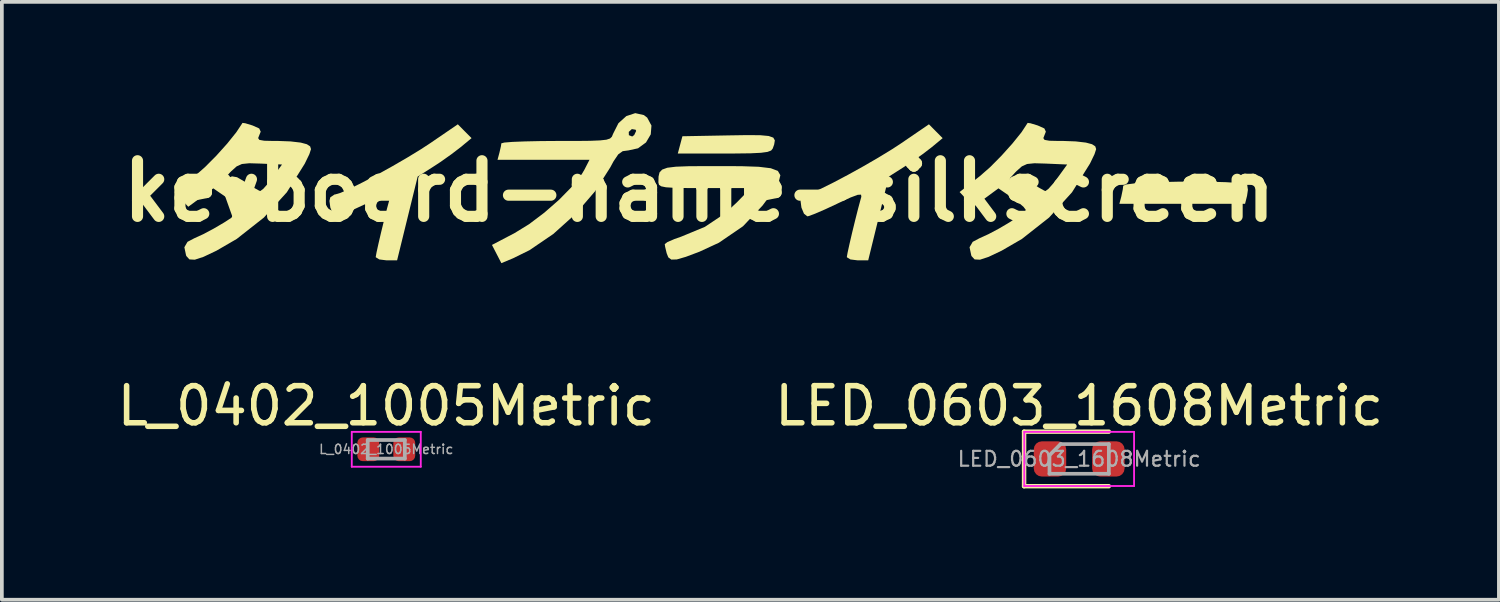
<source format=kicad_pcb>
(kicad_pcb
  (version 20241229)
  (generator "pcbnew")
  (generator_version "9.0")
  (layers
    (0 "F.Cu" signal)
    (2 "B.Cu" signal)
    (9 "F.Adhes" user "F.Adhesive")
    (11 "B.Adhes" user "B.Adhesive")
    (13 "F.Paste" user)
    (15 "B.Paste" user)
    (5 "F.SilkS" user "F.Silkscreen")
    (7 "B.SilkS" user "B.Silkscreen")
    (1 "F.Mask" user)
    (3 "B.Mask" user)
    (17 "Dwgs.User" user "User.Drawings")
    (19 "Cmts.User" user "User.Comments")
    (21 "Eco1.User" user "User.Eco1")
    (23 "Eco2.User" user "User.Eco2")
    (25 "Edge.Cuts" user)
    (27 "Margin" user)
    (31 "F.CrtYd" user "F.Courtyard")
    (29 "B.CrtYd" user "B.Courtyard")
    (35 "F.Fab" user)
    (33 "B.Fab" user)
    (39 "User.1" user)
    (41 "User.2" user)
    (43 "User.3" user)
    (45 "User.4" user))
  (footprint "LED_0603_1608Metric"
    (layer "F.Cu")
    (at 26.042 9.322)
    (property "Reference" "LED_0603_1608Metric" (at 0 -1.43 0) (layer "F.SilkS") (effects (font (size 1 1) (thickness 0.15))))
    (attr smd)
    (fp_line (start -1.485 -0.735) (end -1.485 0.735) (stroke (width 0.12) (type solid)) (layer "F.SilkS"))
    (fp_line (start -1.485 0.735) (end 0.8 0.735) (stroke (width 0.12) (type solid)) (layer "F.SilkS"))
    (fp_line (start 0.8 -0.735) (end -1.485 -0.735) (stroke (width 0.12) (type solid)) (layer "F.SilkS"))
    (fp_line (start -1.48 -0.73) (end 1.48 -0.73) (stroke (width 0.05) (type solid)) (layer "F.CrtYd"))
    (fp_line (start -1.48 0.73) (end -1.48 -0.73) (stroke (width 0.05) (type solid)) (layer "F.CrtYd"))
    (fp_line (start 1.48 -0.73) (end 1.48 0.73) (stroke (width 0.05) (type solid)) (layer "F.CrtYd"))
    (fp_line (start 1.48 0.73) (end -1.48 0.73) (stroke (width 0.05) (type solid)) (layer "F.CrtYd"))
    (fp_line (start -0.8 -0.1) (end -0.8 0.4) (stroke (width 0.1) (type solid)) (layer "F.Fab"))
    (fp_line (start -0.8 0.4) (end 0.8 0.4) (stroke (width 0.1) (type solid)) (layer "F.Fab"))
    (fp_line (start -0.5 -0.4) (end -0.8 -0.1) (stroke (width 0.1) (type solid)) (layer "F.Fab"))
    (fp_line (start 0.8 -0.4) (end -0.5 -0.4) (stroke (width 0.1) (type solid)) (layer "F.Fab"))
    (fp_line (start 0.8 0.4) (end 0.8 -0.4) (stroke (width 0.1) (type solid)) (layer "F.Fab"))
    (fp_text user "${REFERENCE}" (at 0 0 0) (layer "F.Fab") (effects (font (size 0.4 0.4) (thickness 0.06))))
    (pad "1" smd roundrect (at -0.787 0) (size 0.875 0.95) (layers "F.Cu" "F.Mask" "F.Paste") (roundrect_rratio 0.25))
    (pad "2" smd roundrect (at 0.787 0) (size 0.875 0.95) (layers "F.Cu" "F.Mask" "F.Paste") (roundrect_rratio 0.25)))
  (footprint "keyboard-name-silkscreen"
    (layer "F.Cu")
    (at 15.8 2.105)
    (property "Reference" "keyboard-name-silkscreen" (at 0 0 0) (layer "F.SilkS") (effects (font (size 1.5 1.5) (thickness 0.3))))
    (attr board_only exclude_from_pos_files exclude_from_bom)
    (fp_poly (pts (xy 1.644 -1.51) (xy 1.872 -1.489) (xy 1.996 -1.445) (xy 2.038 -1.371) (xy 2.02 -1.26) (xy 1.981 -1.15) (xy 1.938 -1.097) (xy 1.84 -1.06) (xy 1.663 -1.036) (xy 1.38 -1.022) (xy 0.967 -1.017) (xy 0.676 -1.016) (xy -0.578 -1.016) (xy -0.516 -1.249) (xy -0.454 -1.482) (xy 0.789 -1.505) (xy 1.29 -1.513)) (stroke (width 0) (type solid)) (fill yes) (layer "F.SilkS"))
    (fp_poly (pts (xy 13.8 -0.255) (xy 14.194 -0.244) (xy 14.508 -0.225) (xy 14.711 -0.198) (xy 14.772 -0.173) (xy 14.791 -0.037) (xy 14.768 0.123) (xy 14.714 0.339) (xy 13.02 0.339) (xy 11.326 0.339) (xy 11.377 0.148) (xy 11.418 -0.049) (xy 11.429 -0.148) (xy 11.509 -0.182) (xy 11.727 -0.21) (xy 12.052 -0.232) (xy 12.453 -0.247) (xy 12.898 -0.257) (xy 13.358 -0.259)) (stroke (width 0) (type solid)) (fill yes) (layer "F.SilkS"))
    (fp_poly (pts (xy 1.134 -0.675) (xy 1.604 -0.659) (xy 1.928 -0.62) (xy 2.119 -0.548) (xy 2.187 -0.431) (xy 2.145 -0.26) (xy 2.006 -0.024) (xy 1.779 0.289) (xy 1.705 0.388) (xy 1.18 0.944) (xy 0.531 1.388) (xy 0.005 1.631) (xy -0.362 1.769) (xy -0.605 1.839) (xy -0.752 1.843) (xy -0.834 1.783) (xy -0.878 1.672) (xy -0.919 1.5) (xy -0.93 1.425) (xy -0.857 1.37) (xy -0.668 1.289) (xy -0.487 1.225) (xy 0.153 0.96) (xy 0.695 0.597) (xy 1.012 0.303) (xy 1.39 -0.085) (xy 0.145 -0.085) (xy -0.338 -0.086) (xy -0.678 -0.092) (xy -0.898 -0.106) (xy -1.025 -0.132) (xy -1.084 -0.172) (xy -1.1 -0.23) (xy -1.101 -0.247) (xy -1.097 -0.396) (xy -1.071 -0.507) (xy -0.999 -0.583) (xy -0.861 -0.633) (xy -0.632 -0.661) (xy -0.291 -0.674) (xy 0.184 -0.677) (xy 0.507 -0.677)) (stroke (width 0) (type solid)) (fill yes) (layer "F.SilkS"))
    (fp_poly (pts (xy -6.323 -1.617) (xy -6.138 -1.431) (xy -6.435 -1.185) (xy -6.681 -0.997) (xy -6.985 -0.782) (xy -7.161 -0.667) (xy -7.591 -0.393) (xy -7.868 0.735) (xy -8.145 1.863) (xy -8.433 1.863) (xy -8.625 1.839) (xy -8.719 1.781) (xy -8.721 1.771) (xy -8.701 1.657) (xy -8.65 1.425) (xy -8.579 1.119) (xy -8.497 0.784) (xy -8.417 0.467) (xy -8.348 0.212) (xy -8.33 0.149) (xy -8.338 0.092) (xy -8.428 0.097) (xy -8.621 0.169) (xy -8.938 0.316) (xy -8.986 0.339) (xy -9.305 0.488) (xy -9.573 0.604) (xy -9.747 0.669) (xy -9.787 0.677) (xy -9.877 0.605) (xy -9.945 0.441) (xy -9.969 0.261) (xy -9.946 0.165) (xy -9.83 0.087) (xy -9.808 0.085) (xy -9.668 0.043) (xy -9.414 -0.07) (xy -9.076 -0.238) (xy -8.685 -0.445) (xy -8.272 -0.674) (xy -7.867 -0.909) (xy -7.5 -1.133) (xy -7.254 -1.294) (xy -6.508 -1.804)) (stroke (width 0) (type solid)) (fill yes) (layer "F.SilkS"))
    (fp_poly (pts (xy 6.377 -1.617) (xy 6.562 -1.431) (xy 6.265 -1.185) (xy 6.019 -0.997) (xy 5.715 -0.782) (xy 5.539 -0.667) (xy 5.109 -0.393) (xy 4.832 0.735) (xy 4.555 1.863) (xy 4.267 1.863) (xy 4.075 1.839) (xy 3.981 1.781) (xy 3.979 1.771) (xy 3.999 1.657) (xy 4.05 1.425) (xy 4.121 1.119) (xy 4.203 0.784) (xy 4.283 0.467) (xy 4.352 0.212) (xy 4.37 0.149) (xy 4.362 0.092) (xy 4.272 0.097) (xy 4.079 0.169) (xy 3.762 0.316) (xy 3.714 0.339) (xy 3.395 0.488) (xy 3.127 0.604) (xy 2.953 0.669) (xy 2.913 0.677) (xy 2.823 0.605) (xy 2.755 0.441) (xy 2.731 0.261) (xy 2.754 0.165) (xy 2.87 0.087) (xy 2.892 0.085) (xy 3.032 0.043) (xy 3.286 -0.07) (xy 3.624 -0.238) (xy 4.015 -0.445) (xy 4.428 -0.674) (xy 4.833 -0.909) (xy 5.2 -1.133) (xy 5.446 -1.294) (xy 6.192 -1.804)) (stroke (width 0) (type solid)) (fill yes) (layer "F.SilkS"))
    (fp_poly (pts (xy -1.493 -2.053) (xy -1.403 -1.984) (xy -1.288 -1.77) (xy -1.307 -1.533) (xy -1.435 -1.315) (xy -1.65 -1.157) (xy -1.91 -1.1) (xy -2.062 -1.08) (xy -2.183 -0.994) (xy -2.309 -0.808) (xy -2.397 -0.645) (xy -2.807 0.000098) (xy -3.333 0.612) (xy -3.935 1.153) (xy -4.575 1.589) (xy -5.017 1.807) (xy -5.334 1.939) (xy -5.461 1.694) (xy -5.588 1.448) (xy -4.974 1.126) (xy -4.587 0.888) (xy -4.175 0.577) (xy -3.776 0.228) (xy -3.431 -0.124) (xy -3.176 -0.445) (xy -3.1 -0.572) (xy -2.959 -0.847) (xy -4.199 -0.847) (xy -5.438 -0.847) (xy -5.387 -1.037) (xy -5.346 -1.213) (xy -5.335 -1.291) (xy -5.255 -1.312) (xy -5.032 -1.33) (xy -4.694 -1.343) (xy -4.269 -1.352) (xy -3.858 -1.355) (xy -3.326 -1.355) (xy -2.939 -1.359) (xy -2.673 -1.37) (xy -2.503 -1.389) (xy -2.405 -1.421) (xy -2.355 -1.469) (xy -2.328 -1.535) (xy -2.324 -1.545) (xy -2.297 -1.599) (xy -1.9 -1.599) (xy -1.897 -1.511) (xy -1.807 -1.475) (xy -1.753 -1.515) (xy -1.701 -1.624) (xy -1.715 -1.658) (xy -1.817 -1.675) (xy -1.9 -1.599) (xy -2.297 -1.599) (xy -2.179 -1.833) (xy -1.966 -2.025) (xy -1.725 -2.105)) (stroke (width 0) (type solid)) (fill yes) (layer "F.SilkS"))
    (fp_poly (pts (xy -12.237 -1.832) (xy -12.062 -1.779) (xy -12.038 -1.771) (xy -11.862 -1.692) (xy -11.822 -1.605) (xy -11.858 -1.516) (xy -11.891 -1.432) (xy -11.858 -1.384) (xy -11.727 -1.361) (xy -11.47 -1.355) (xy -11.343 -1.355) (xy -11.018 -1.343) (xy -10.743 -1.311) (xy -10.578 -1.267) (xy -10.578 -1.267) (xy -10.49 -1.21) (xy -10.466 -1.135) (xy -10.51 -0.999) (xy -10.627 -0.758) (xy -10.637 -0.738) (xy -11.118 0.029) (xy -11.735 0.709) (xy -12.468 1.286) (xy -13.014 1.603) (xy -13.364 1.769) (xy -13.599 1.846) (xy -13.744 1.838) (xy -13.825 1.749) (xy -13.834 1.729) (xy -13.88 1.51) (xy -13.795 1.364) (xy -13.61 1.267) (xy -13.369 1.157) (xy -13.089 1.008) (xy -12.808 0.843) (xy -12.568 0.687) (xy -12.406 0.564) (xy -12.361 0.506) (xy -12.426 0.42) (xy -12.59 0.28) (xy -12.731 0.177) (xy -13.1 -0.077) (xy -13.438 0.171) (xy -13.775 0.419) (xy -13.962 0.221) (xy -14.148 0.022) (xy -13.723 -0.312) (xy -12.797 -0.312) (xy -12.728 -0.346) (xy -12.595 -0.401) (xy -12.461 -0.378) (xy -12.265 -0.264) (xy -12.22 -0.233) (xy -12.014 -0.099) (xy -11.866 -0.017) (xy -11.833 -0.005) (xy -11.752 -0.065) (xy -11.612 -0.224) (xy -11.509 -0.36) (xy -11.248 -0.72) (xy -11.82 -0.745) (xy -12.13 -0.754) (xy -12.328 -0.734) (xy -12.47 -0.67) (xy -12.611 -0.544) (xy -12.652 -0.503) (xy -12.787 -0.354) (xy -12.797 -0.312) (xy -13.723 -0.312) (xy -13.597 -0.41) (xy -13.323 -0.651) (xy -13.019 -0.957) (xy -12.725 -1.284) (xy -12.48 -1.589) (xy -12.321 -1.829) (xy -12.315 -1.842)) (stroke (width 0) (type solid)) (fill yes) (layer "F.SilkS"))
    (fp_poly (pts (xy 8.929 -1.832) (xy 9.105 -1.779) (xy 9.129 -1.771) (xy 9.304 -1.692) (xy 9.344 -1.605) (xy 9.309 -1.516) (xy 9.276 -1.432) (xy 9.309 -1.384) (xy 9.439 -1.361) (xy 9.697 -1.355) (xy 9.824 -1.355) (xy 10.149 -1.343) (xy 10.424 -1.311) (xy 10.589 -1.267) (xy 10.589 -1.267) (xy 10.676 -1.21) (xy 10.7 -1.135) (xy 10.656 -0.999) (xy 10.54 -0.758) (xy 10.529 -0.738) (xy 10.049 0.029) (xy 9.432 0.709) (xy 8.699 1.286) (xy 8.152 1.603) (xy 7.802 1.769) (xy 7.568 1.846) (xy 7.423 1.838) (xy 7.341 1.749) (xy 7.333 1.729) (xy 7.287 1.51) (xy 7.372 1.364) (xy 7.556 1.267) (xy 7.797 1.157) (xy 8.078 1.008) (xy 8.358 0.843) (xy 8.599 0.687) (xy 8.76 0.564) (xy 8.805 0.506) (xy 8.741 0.42) (xy 8.576 0.28) (xy 8.436 0.177) (xy 8.066 -0.077) (xy 7.729 0.171) (xy 7.392 0.419) (xy 7.205 0.221) (xy 7.019 0.022) (xy 7.444 -0.312) (xy 8.37 -0.312) (xy 8.439 -0.346) (xy 8.571 -0.401) (xy 8.706 -0.378) (xy 8.901 -0.264) (xy 8.947 -0.233) (xy 9.153 -0.099) (xy 9.3 -0.017) (xy 9.334 -0.005) (xy 9.415 -0.065) (xy 9.555 -0.224) (xy 9.658 -0.36) (xy 9.919 -0.72) (xy 9.347 -0.745) (xy 9.036 -0.754) (xy 8.838 -0.734) (xy 8.697 -0.67) (xy 8.555 -0.544) (xy 8.515 -0.503) (xy 8.379 -0.354) (xy 8.37 -0.312) (xy 7.444 -0.312) (xy 7.569 -0.41) (xy 7.844 -0.651) (xy 8.147 -0.957) (xy 8.441 -1.284) (xy 8.687 -1.589) (xy 8.845 -1.829) (xy 8.852 -1.842)) (stroke (width 0) (type solid)) (fill yes) (layer "F.SilkS")))
  (footprint "L_0402_1005Metric"
    (layer "F.Cu")
    (at 7.363 9.062)
    (property "Reference" "L_0402_1005Metric" (at 0 -1.17 0) (layer "F.SilkS") (effects (font (size 1 1) (thickness 0.15))))
    (attr smd)
    (fp_line (start -0.93 -0.47) (end 0.93 -0.47) (stroke (width 0.05) (type solid)) (layer "F.CrtYd"))
    (fp_line (start -0.93 0.47) (end -0.93 -0.47) (stroke (width 0.05) (type solid)) (layer "F.CrtYd"))
    (fp_line (start 0.93 -0.47) (end 0.93 0.47) (stroke (width 0.05) (type solid)) (layer "F.CrtYd"))
    (fp_line (start 0.93 0.47) (end -0.93 0.47) (stroke (width 0.05) (type solid)) (layer "F.CrtYd"))
    (fp_line (start -0.5 -0.25) (end 0.5 -0.25) (stroke (width 0.1) (type solid)) (layer "F.Fab"))
    (fp_line (start -0.5 0.25) (end -0.5 -0.25) (stroke (width 0.1) (type solid)) (layer "F.Fab"))
    (fp_line (start 0.5 -0.25) (end 0.5 0.25) (stroke (width 0.1) (type solid)) (layer "F.Fab"))
    (fp_line (start 0.5 0.25) (end -0.5 0.25) (stroke (width 0.1) (type solid)) (layer "F.Fab"))
    (fp_text user "${REFERENCE}" (at 0 0 0) (layer "F.Fab") (effects (font (size 0.25 0.25) (thickness 0.04))))
    (pad "1" smd roundrect (at -0.485 0) (size 0.59 0.64) (layers "F.Cu" "F.Mask" "F.Paste") (roundrect_rratio 0.25))
    (pad "2" smd roundrect (at 0.485 0) (size 0.59 0.64) (layers "F.Cu" "F.Mask" "F.Paste") (roundrect_rratio 0.25)))
  (gr_rect
    (start -3 -3)
    (end 37.357 13.117)
    (stroke (width 0.1) (type default))
    (fill no)
    (layer "Edge.Cuts")))
</source>
